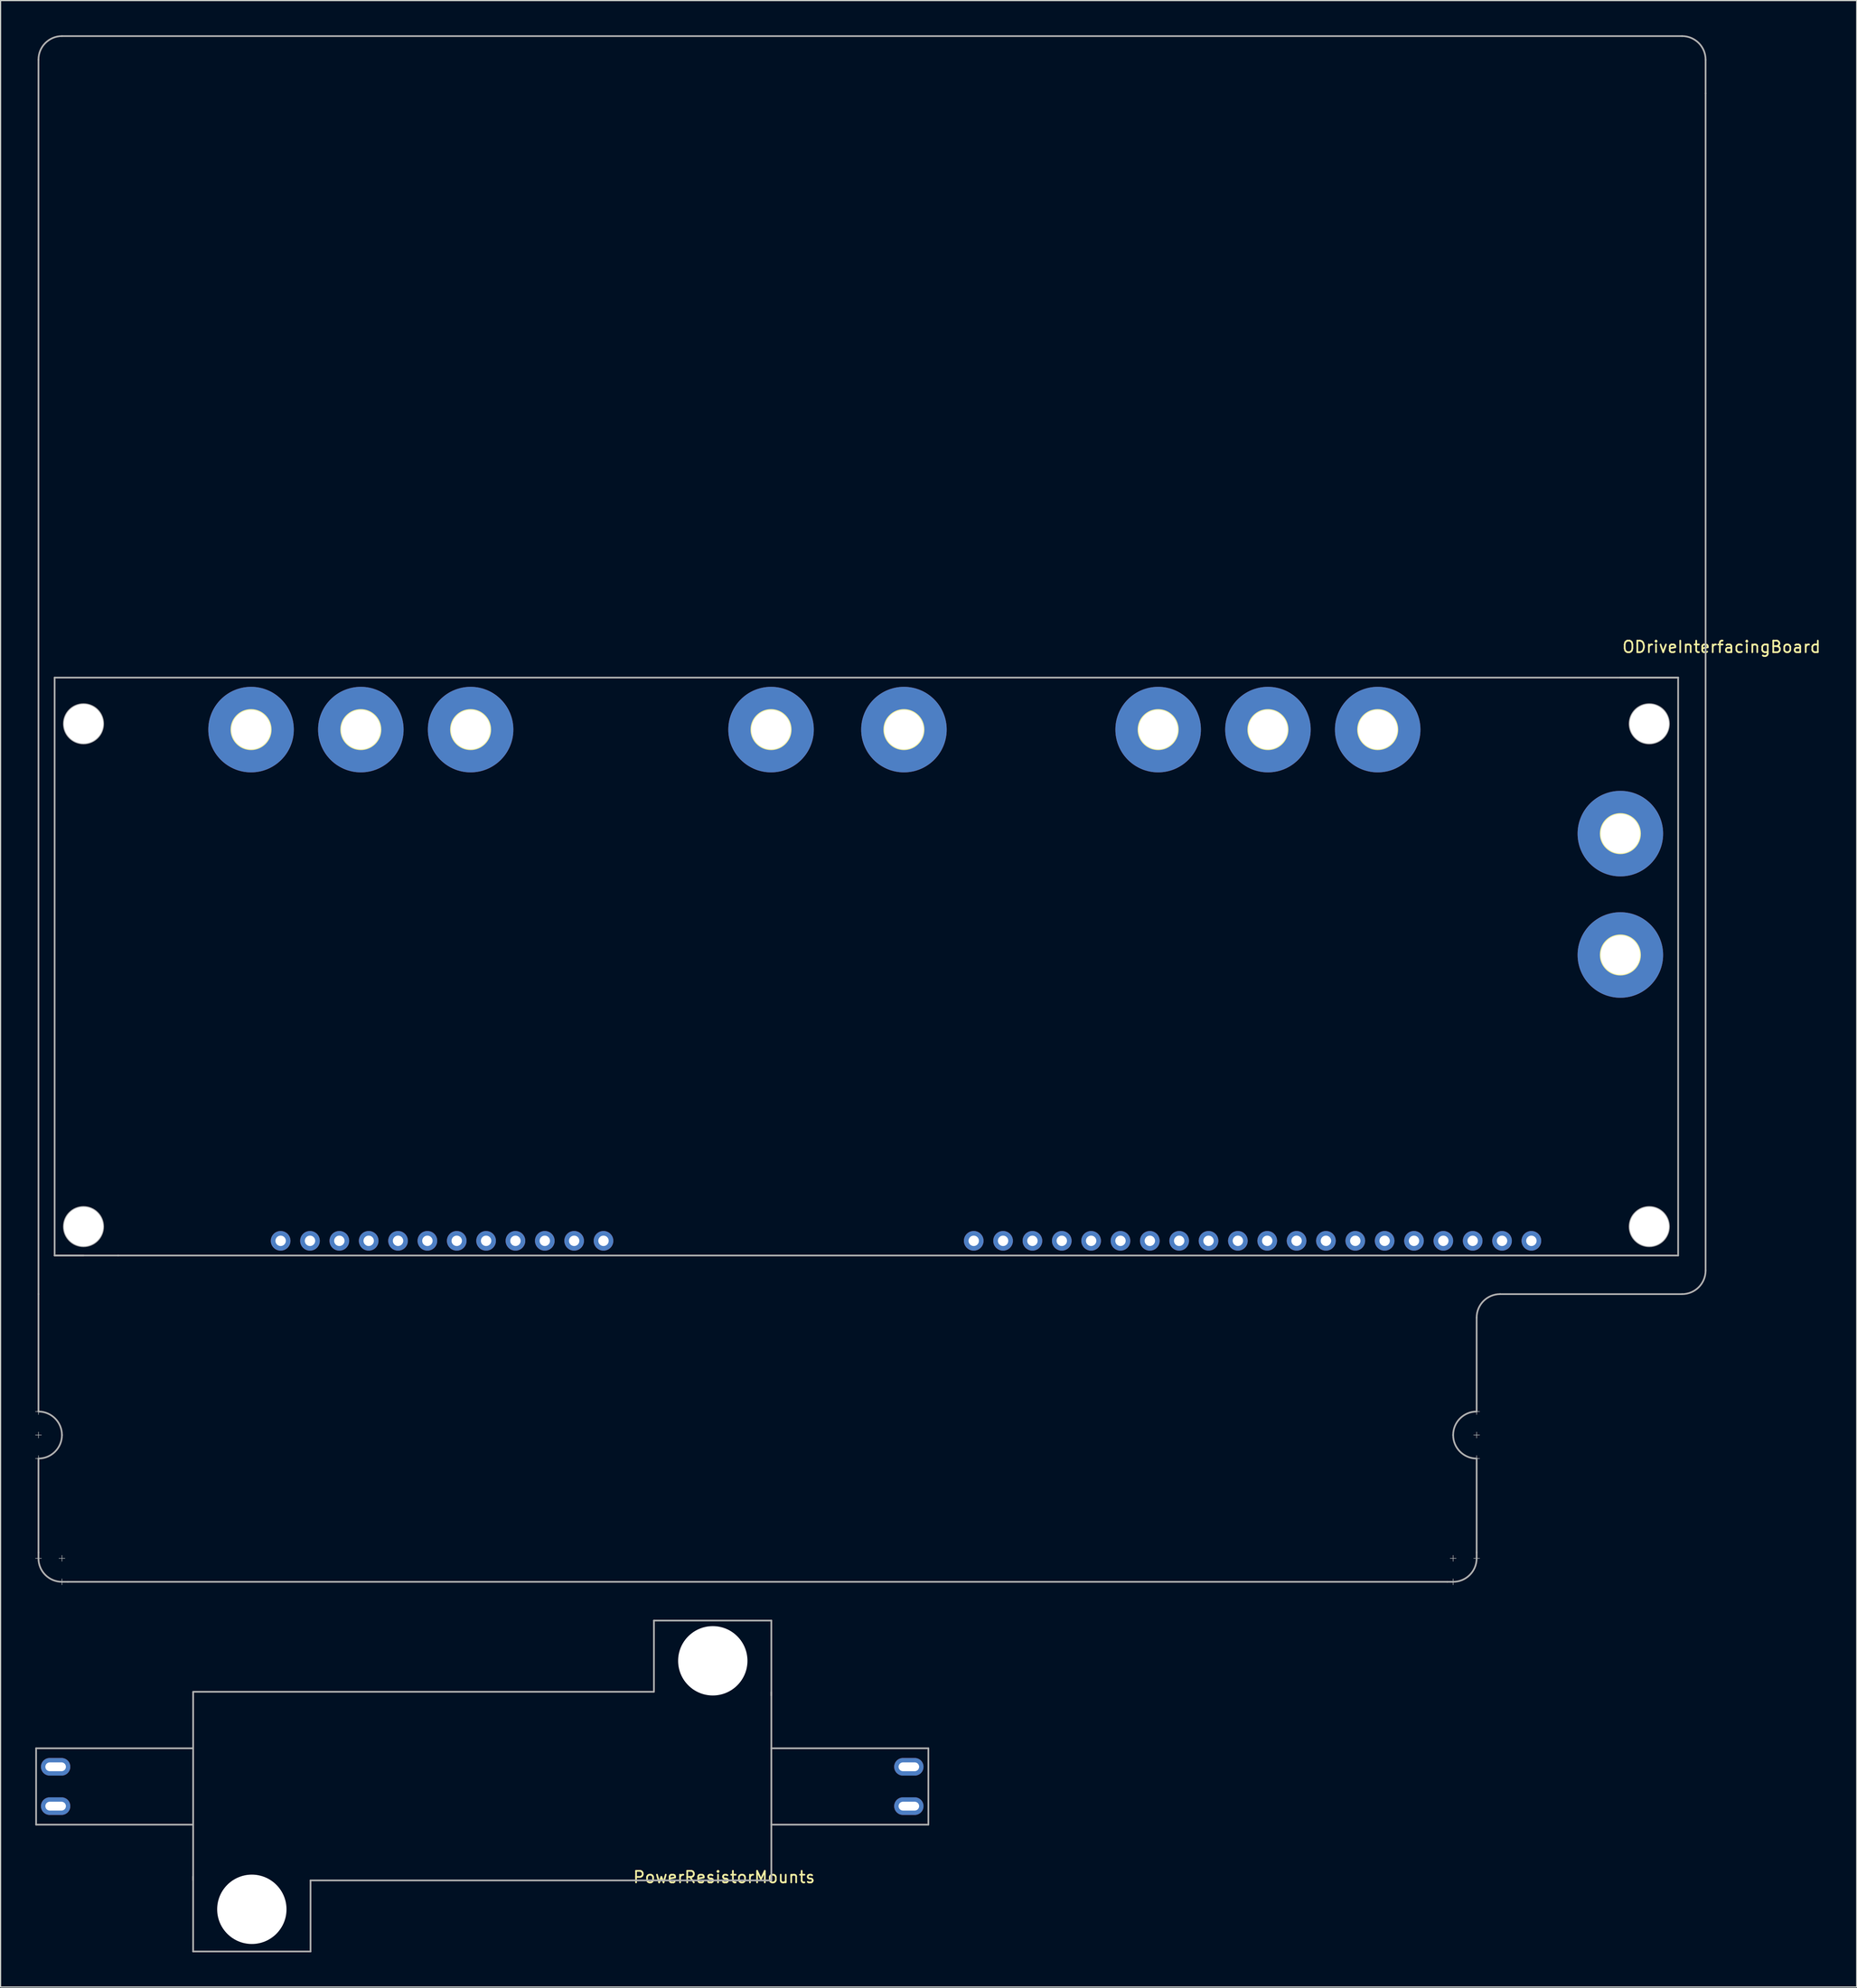
<source format=kicad_pcb>
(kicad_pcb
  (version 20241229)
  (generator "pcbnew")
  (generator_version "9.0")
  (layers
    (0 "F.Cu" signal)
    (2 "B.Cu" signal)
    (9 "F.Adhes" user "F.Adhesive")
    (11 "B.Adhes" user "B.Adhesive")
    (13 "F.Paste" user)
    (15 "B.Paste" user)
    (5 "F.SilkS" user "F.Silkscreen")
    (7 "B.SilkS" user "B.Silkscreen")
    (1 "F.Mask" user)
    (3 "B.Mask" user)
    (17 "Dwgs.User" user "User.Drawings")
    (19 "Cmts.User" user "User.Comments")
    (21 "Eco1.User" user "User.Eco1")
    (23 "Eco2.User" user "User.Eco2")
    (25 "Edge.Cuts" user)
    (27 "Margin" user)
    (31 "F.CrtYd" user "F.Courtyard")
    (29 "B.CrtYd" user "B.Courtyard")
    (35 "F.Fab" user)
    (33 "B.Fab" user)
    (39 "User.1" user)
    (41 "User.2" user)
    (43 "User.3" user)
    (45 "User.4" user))
  (footprint "ODriveInterfacingBoard"
    (layer "F.Cu")
    (at 0.28 133.806)
    (property "Reference" "ODriveInterfacingBoard" (at 145.651 -80.884 180) (layer "F.SilkS") (effects (font (size 1 1) (thickness 0.15))))
    (attr through_hole)
    (fp_circle (center 18.397 -73.733) (end 16.697 -73.733) (stroke (width 0.15) (type solid)) (fill no) (layer "F.SilkS"))
    (fp_circle (center 27.897 -73.733) (end 29.597 -73.733) (stroke (width 0.15) (type solid)) (fill no) (layer "F.SilkS"))
    (fp_circle (center 37.397 -73.733) (end 35.697 -73.733) (stroke (width 0.15) (type solid)) (fill no) (layer "F.SilkS"))
    (fp_circle (center 63.397 -73.733) (end 63.397 -72.033) (stroke (width 0.15) (type solid)) (fill no) (layer "F.SilkS"))
    (fp_circle (center 74.897 -73.733) (end 74.897 -72.033) (stroke (width 0.15) (type solid)) (fill no) (layer "F.SilkS"))
    (fp_circle (center 96.897 -73.733) (end 98.597 -73.733) (stroke (width 0.15) (type solid)) (fill no) (layer "F.SilkS"))
    (fp_circle (center 106.397 -73.733) (end 106.397 -72.033) (stroke (width 0.15) (type solid)) (fill no) (layer "F.SilkS"))
    (fp_circle (center 115.897 -73.733) (end 115.897 -72.033) (stroke (width 0.15) (type solid)) (fill no) (layer "F.SilkS"))
    (fp_circle (center 136.897 -64.733) (end 138.597 -64.733) (stroke (width 0.15) (type solid)) (fill no) (layer "F.SilkS"))
    (fp_circle (center 136.897 -54.233) (end 136.897 -55.933) (stroke (width 0.15) (type solid)) (fill no) (layer "F.SilkS"))
    (fp_line (start -0.255 -14.732) (end 0.253 -14.732) (stroke (width 0.05) (type solid)) (layer "F.Fab"))
    (fp_line (start -0.255 -12.7) (end 0.253 -12.7) (stroke (width 0.05) (type solid)) (layer "F.Fab"))
    (fp_line (start -0.255 -10.668) (end 0.253 -10.668) (stroke (width 0.05) (type solid)) (layer "F.Fab"))
    (fp_line (start -0.001 -14.986) (end -0.001 -14.478) (stroke (width 0.05) (type solid)) (layer "F.Fab"))
    (fp_line (start -0.001 -14.732) (end -0.001 -24.892) (stroke (width 0.15) (type solid)) (layer "F.Fab"))
    (fp_line (start -0.001 -12.954) (end -0.001 -12.446) (stroke (width 0.05) (type solid)) (layer "F.Fab"))
    (fp_line (start -0.001 -10.922) (end -0.001 -10.414) (stroke (width 0.05) (type solid)) (layer "F.Fab"))
    (fp_line (start -0.001 -2.54) (end -0.001 -10.668) (stroke (width 0.15) (type solid)) (layer "F.Fab"))
    (fp_line (start -0.001 -2.54) (end -0.001 -2.032) (stroke (width 0.15) (type solid)) (layer "F.Fab"))
    (fp_line (start 0 -131.699) (end 0 -24.892) (stroke (width 0.15) (type solid)) (layer "F.Fab"))
    (fp_line (start 0.253 -2.032) (end -0.255 -2.032) (stroke (width 0.05) (type solid)) (layer "F.Fab"))
    (fp_line (start 1.397 -78.233) (end 1.397 -28.233) (stroke (width 0.15) (type solid)) (layer "F.Fab"))
    (fp_line (start 1.397 -28.233) (end 3.897 -28.233) (stroke (width 0.15) (type solid)) (layer "F.Fab"))
    (fp_line (start 1.397 -28.233) (end 6.897 -28.233) (stroke (width 0.15) (type solid)) (layer "F.Fab"))
    (fp_line (start 1.777 -2.032) (end 2.285 -2.032) (stroke (width 0.05) (type solid)) (layer "F.Fab"))
    (fp_line (start 2.031 -2.286) (end 2.031 -1.778) (stroke (width 0.05) (type solid)) (layer "F.Fab"))
    (fp_line (start 2.031 -0.254) (end 2.031 0.254) (stroke (width 0.05) (type solid)) (layer "F.Fab"))
    (fp_line (start 2.031 0.00004) (end 2.539 0.00004) (stroke (width 0.15) (type solid)) (layer "F.Fab"))
    (fp_line (start 2.539 0.00004) (end 121.919 0.00004) (stroke (width 0.15) (type solid)) (layer "F.Fab"))
    (fp_line (start 121.919 0.00004) (end 122.427 0.00004) (stroke (width 0.15) (type solid)) (layer "F.Fab"))
    (fp_line (start 122.173 -2.032) (end 122.681 -2.032) (stroke (width 0.05) (type solid)) (layer "F.Fab"))
    (fp_line (start 122.427 -2.286) (end 122.427 -1.778) (stroke (width 0.05) (type solid)) (layer "F.Fab"))
    (fp_line (start 122.427 -0.254) (end 122.427 0.254) (stroke (width 0.05) (type solid)) (layer "F.Fab"))
    (fp_line (start 124.205 -14.732) (end 124.713 -14.732) (stroke (width 0.05) (type solid)) (layer "F.Fab"))
    (fp_line (start 124.205 -12.7) (end 124.713 -12.7) (stroke (width 0.05) (type solid)) (layer "F.Fab"))
    (fp_line (start 124.205 -10.668) (end 124.713 -10.668) (stroke (width 0.05) (type solid)) (layer "F.Fab"))
    (fp_line (start 124.205 -2.032) (end 124.713 -2.032) (stroke (width 0.05) (type solid)) (layer "F.Fab"))
    (fp_line (start 124.459 -14.986) (end 124.459 -14.478) (stroke (width 0.05) (type solid)) (layer "F.Fab"))
    (fp_line (start 124.459 -14.732) (end 124.459 -22.86) (stroke (width 0.15) (type solid)) (layer "F.Fab"))
    (fp_line (start 124.459 -12.954) (end 124.459 -12.446) (stroke (width 0.05) (type solid)) (layer "F.Fab"))
    (fp_line (start 124.459 -10.922) (end 124.459 -10.414) (stroke (width 0.05) (type solid)) (layer "F.Fab"))
    (fp_line (start 124.459 -10.668) (end 124.459 -2.54) (stroke (width 0.15) (type solid)) (layer "F.Fab"))
    (fp_line (start 124.459 -2.057) (end 124.459 -2.54) (stroke (width 0.15) (type solid)) (layer "F.Fab"))
    (fp_line (start 126.492 -24.892) (end 142.24 -24.892) (stroke (width 0.15) (type solid)) (layer "F.Fab"))
    (fp_line (start 141.897 -78.233) (end 1.397 -78.233) (stroke (width 0.15) (type solid)) (layer "F.Fab"))
    (fp_line (start 141.897 -78.233) (end 136.897 -78.233) (stroke (width 0.15) (type solid)) (layer "F.Fab"))
    (fp_line (start 141.897 -78.233) (end 141.897 -28.233) (stroke (width 0.15) (type solid)) (layer "F.Fab"))
    (fp_line (start 141.897 -28.233) (end 6.897 -28.233) (stroke (width 0.15) (type solid)) (layer "F.Fab"))
    (fp_line (start 142.24 -133.731) (end 2.032 -133.731) (stroke (width 0.15) (type solid)) (layer "F.Fab"))
    (fp_line (start 144.272 -128.778) (end 144.272 -131.699) (stroke (width 0.15) (type solid)) (layer "F.Fab"))
    (fp_line (start 144.272 -26.924) (end 144.272 -128.778) (stroke (width 0.15) (type solid)) (layer "F.Fab"))
    (fp_arc (start -0.00092 -14.73196) (mid 1.435921 -14.136801) (end 2.03108 -12.69996) (stroke (width 0.15) (type solid)) (layer "F.Fab"))
    (fp_arc (start 0 -131.699) (mid 0.595159 -133.135841) (end 2.032 -133.731) (stroke (width 0.15) (type solid)) (layer "F.Fab"))
    (fp_arc (start 2.03108 -12.69996) (mid 1.435921 -11.263119) (end -0.00092 -10.66796) (stroke (width 0.15) (type solid)) (layer "F.Fab"))
    (fp_arc (start 2.03108 0.00004) (mid 0.594239 -0.595119) (end -0.00092 -2.03196) (stroke (width 0.15) (type solid)) (layer "F.Fab"))
    (fp_arc (start 122.42708 -12.69996) (mid 123.022239 -14.136801) (end 124.45908 -14.73196) (stroke (width 0.15) (type solid)) (layer "F.Fab"))
    (fp_arc (start 124.45908 -10.66796) (mid 123.022239 -11.263119) (end 122.42708 -12.69996) (stroke (width 0.15) (type solid)) (layer "F.Fab"))
    (fp_arc (start 124.45908 -2.03196) (mid 123.863921 -0.595119) (end 122.42708 0.00004) (stroke (width 0.15) (type solid)) (layer "F.Fab"))
    (fp_arc (start 124.46 -22.86) (mid 125.055159 -24.296841) (end 126.492 -24.892) (stroke (width 0.15) (type solid)) (layer "F.Fab"))
    (fp_arc (start 142.24 -133.731) (mid 143.676841 -133.135841) (end 144.272 -131.699) (stroke (width 0.15) (type solid)) (layer "F.Fab"))
    (fp_arc (start 144.272 -26.924) (mid 143.676841 -25.487159) (end 142.24 -24.892) (stroke (width 0.15) (type solid)) (layer "F.Fab"))
    (fp_circle (center 3.897 -74.233) (end 2.197 -74.233) (stroke (width 0.15) (type solid)) (fill no) (layer "F.Fab"))
    (fp_circle (center 3.897 -30.733) (end 2.197 -30.733) (stroke (width 0.15) (type solid)) (fill no) (layer "F.Fab"))
    (fp_circle (center 139.397 -74.233) (end 137.697 -74.233) (stroke (width 0.15) (type solid)) (fill no) (layer "F.Fab"))
    (fp_circle (center 139.397 -30.733) (end 137.697 -30.733) (stroke (width 0.15) (type solid)) (fill no) (layer "F.Fab"))
    (pad "" np_thru_hole circle (at 3.897 -74.233) (size 3.4 3.4) (drill 3.4) (layers "*.Cu" "*.Mask"))
    (pad "" np_thru_hole circle (at 3.897 -30.733) (size 3.4 3.4) (drill 3.4) (layers "*.Cu" "*.Mask"))
    (pad "" np_thru_hole circle (at 139.397 -74.233) (size 3.4 3.4) (drill 3.4) (layers "*.Cu" "*.Mask"))
    (pad "" np_thru_hole circle (at 139.397 -30.733) (size 3.4 3.4) (drill 3.4) (layers "*.Cu" "*.Mask"))
    (pad "3V3" thru_hole circle (at 129.197 -29.503) (size 1.7 1.7) (drill 0.9) (layers "*.Cu" "*.Mask"))
    (pad "AGND" thru_hole circle (at 113.957 -29.503) (size 1.7 1.7) (drill 0.9) (layers "*.Cu" "*.Mask"))
    (pad "AUX_V+" thru_hole circle (at 63.397 -73.733 180) (size 7.4 7.4) (drill 3.4) (layers "*.Cu" "*.Mask"))
    (pad "AUX_V-" thru_hole circle (at 74.897 -73.733 180) (size 7.4 7.4) (drill 3.4) (layers "*.Cu" "*.Mask"))
    (pad "AVCC" thru_hole circle (at 116.497 -29.503) (size 1.7 1.7) (drill 0.9) (layers "*.Cu" "*.Mask"))
    (pad "CAN_H" thru_hole circle (at 124.117 -29.503) (size 1.7 1.7) (drill 0.9) (layers "*.Cu" "*.Mask"))
    (pad "CAN_L" thru_hole circle (at 121.577 -29.503) (size 1.7 1.7) (drill 0.9) (layers "*.Cu" "*.Mask"))
    (pad "E0_3V3" thru_hole circle (at 33.657 -29.503) (size 1.7 1.7) (drill 0.9) (layers "*.Cu" "*.Mask"))
    (pad "E0_5V" thru_hole circle (at 31.117 -29.503) (size 1.7 1.7) (drill 0.9) (layers "*.Cu" "*.Mask"))
    (pad "E0_A" thru_hole circle (at 28.577 -29.503) (size 1.7 1.7) (drill 0.9) (layers "*.Cu" "*.Mask"))
    (pad "E0_B" thru_hole circle (at 26.037 -29.503) (size 1.7 1.7) (drill 0.9) (layers "*.Cu" "*.Mask"))
    (pad "E0_GDN" thru_hole circle (at 20.957 -29.503) (size 1.7 1.7) (drill 0.9) (layers "*.Cu" "*.Mask"))
    (pad "E0_Z" thru_hole circle (at 23.497 -29.503) (size 1.7 1.7) (drill 0.9) (layers "*.Cu" "*.Mask"))
    (pad "E1_3V3" thru_hole circle (at 48.897 -29.503) (size 1.7 1.7) (drill 0.9) (layers "*.Cu" "*.Mask"))
    (pad "E1_5V" thru_hole circle (at 46.357 -29.503) (size 1.7 1.7) (drill 0.9) (layers "*.Cu" "*.Mask"))
    (pad "E1_A" thru_hole circle (at 43.817 -29.503) (size 1.7 1.7) (drill 0.9) (layers "*.Cu" "*.Mask"))
    (pad "E1_B" thru_hole circle (at 41.277 -29.503) (size 1.7 1.7) (drill 0.9) (layers "*.Cu" "*.Mask"))
    (pad "E1_GND" thru_hole circle (at 36.197 -29.503) (size 1.7 1.7) (drill 0.9) (layers "*.Cu" "*.Mask"))
    (pad "E1_Z" thru_hole circle (at 38.737 -29.503) (size 1.7 1.7) (drill 0.9) (layers "*.Cu" "*.Mask"))
    (pad "GND" thru_hole circle (at 136.897 -54.233 180) (size 7.4 7.4) (drill 3.4) (layers "*.Cu" "*.Mask"))
    (pad "GND0" thru_hole circle (at 126.657 -29.503) (size 1.7 1.7) (drill 0.9) (layers "*.Cu" "*.Mask"))
    (pad "GND1" thru_hole circle (at 119.037 -29.503) (size 1.7 1.7) (drill 0.9) (layers "*.Cu" "*.Mask"))
    (pad "GND2" thru_hole circle (at 83.477 -29.503) (size 1.7 1.7) (drill 0.9) (layers "*.Cu" "*.Mask"))
    (pad "GND3" thru_hole circle (at 80.937 -29.503) (size 1.7 1.7) (drill 0.9) (layers "*.Cu" "*.Mask"))
    (pad "GPIO1" thru_hole circle (at 103.797 -29.503) (size 1.7 1.7) (drill 0.9) (layers "*.Cu" "*.Mask"))
    (pad "GPIO2" thru_hole circle (at 101.257 -29.503) (size 1.7 1.7) (drill 0.9) (layers "*.Cu" "*.Mask"))
    (pad "GPIO3" thru_hole circle (at 98.717 -29.503) (size 1.7 1.7) (drill 0.9) (layers "*.Cu" "*.Mask"))
    (pad "GPIO4" thru_hole circle (at 96.177 -29.503) (size 1.7 1.7) (drill 0.9) (layers "*.Cu" "*.Mask"))
    (pad "GPIO5" thru_hole circle (at 93.637 -29.503) (size 1.7 1.7) (drill 0.9) (layers "*.Cu" "*.Mask"))
    (pad "GPIO6" thru_hole circle (at 91.097 -29.503) (size 1.7 1.7) (drill 0.9) (layers "*.Cu" "*.Mask"))
    (pad "GPIO7" thru_hole circle (at 88.557 -29.503) (size 1.7 1.7) (drill 0.9) (layers "*.Cu" "*.Mask"))
    (pad "GPIO8" thru_hole circle (at 86.017 -29.503) (size 1.7 1.7) (drill 0.9) (layers "*.Cu" "*.Mask"))
    (pad "M0_A" thru_hole circle (at 18.397 -73.733 180) (size 7.4 7.4) (drill 3.4) (layers "*.Cu" "*.Mask"))
    (pad "M0_B" thru_hole circle (at 27.897 -73.733 180) (size 7.4 7.4) (drill 3.4) (layers "*.Cu" "*.Mask"))
    (pad "M0_C" thru_hole circle (at 37.397 -73.733 180) (size 7.4 7.4) (drill 3.4) (layers "*.Cu" "*.Mask"))
    (pad "M1_A" thru_hole circle (at 96.897 -73.733 180) (size 7.4 7.4) (drill 3.4) (layers "*.Cu" "*.Mask"))
    (pad "M1_B" thru_hole circle (at 106.397 -73.733 180) (size 7.4 7.4) (drill 3.4) (layers "*.Cu" "*.Mask"))
    (pad "M1_C" thru_hole circle (at 115.897 -73.733 180) (size 7.4 7.4) (drill 3.4) (layers "*.Cu" "*.Mask"))
    (pad "MISO" thru_hole circle (at 108.877 -29.503) (size 1.7 1.7) (drill 0.9) (layers "*.Cu" "*.Mask"))
    (pad "MOSI" thru_hole circle (at 106.337 -29.503) (size 1.7 1.7) (drill 0.9) (layers "*.Cu" "*.Mask"))
    (pad "PV+" thru_hole circle (at 136.897 -64.733 180) (size 7.4 7.4) (drill 3.4) (layers "*.Cu" "*.Mask"))
    (pad "SCK" thru_hole circle (at 111.417 -29.503) (size 1.7 1.7) (drill 0.9) (layers "*.Cu" "*.Mask")))
  (footprint "PowerResistorMounts"
    (layer "F.Cu")
    (at 38.683 159.639)
    (property "Reference" "PowerResistorMounts" (at 20.93 -0.282 0) (layer "F.SilkS") (effects (font (size 1 1) (thickness 0.15))))
    (attr through_hole)
    (fp_line (start -38.608 -11.43) (end -25.019 -11.43) (stroke (width 0.15) (type solid)) (layer "F.Fab"))
    (fp_line (start -38.608 -4.826) (end -38.608 -11.43) (stroke (width 0.15) (type solid)) (layer "F.Fab"))
    (fp_line (start -25.019 -4.826) (end -38.608 -4.826) (stroke (width 0.15) (type solid)) (layer "F.Fab"))
    (fp_line (start -25.019 -0.33) (end -25.019 6.147) (stroke (width 0.15) (type solid)) (layer "F.Fab"))
    (fp_line (start -25.019 6.147) (end -14.859 6.147) (stroke (width 0.15) (type solid)) (layer "F.Fab"))
    (fp_line (start -25.018 -0.028) (end -25.018 -16.284) (stroke (width 0.15) (type solid)) (layer "F.Fab"))
    (fp_line (start -14.859 6.147) (end -14.859 0) (stroke (width 0.15) (type solid)) (layer "F.Fab"))
    (fp_line (start 14.859 -22.479) (end 14.859 -16.332) (stroke (width 0.15) (type solid)) (layer "F.Fab"))
    (fp_line (start 14.859 -16.32) (end -25.019 -16.32) (stroke (width 0.15) (type solid)) (layer "F.Fab"))
    (fp_line (start 25.019 -22.479) (end 14.859 -22.479) (stroke (width 0.15) (type solid)) (layer "F.Fab"))
    (fp_line (start 25.019 -16.002) (end 25.019 -22.479) (stroke (width 0.15) (type solid)) (layer "F.Fab"))
    (fp_line (start 25.019 -11.43) (end 38.608 -11.43) (stroke (width 0.15) (type solid)) (layer "F.Fab"))
    (fp_line (start 25.019 0) (end -14.859 0) (stroke (width 0.15) (type solid)) (layer "F.Fab"))
    (fp_line (start 25.02 -16.284) (end 25.02 -0.028) (stroke (width 0.15) (type solid)) (layer "F.Fab"))
    (fp_line (start 38.608 -11.43) (end 38.608 -4.826) (stroke (width 0.15) (type solid)) (layer "F.Fab"))
    (fp_line (start 38.608 -4.826) (end 25.019 -4.826) (stroke (width 0.15) (type solid)) (layer "F.Fab"))
    (pad "" np_thru_hole circle (at -19.939 2.5) (size 6 6) (drill 6) (layers "*.Cu" "*.Mask"))
    (pad "" np_thru_hole circle (at 19.952 -19) (size 6 6) (drill 6) (layers "*.Cu" "*.Mask"))
    (pad "1" thru_hole oval (at -36.919 -9.83) (size 2.54 1.524) (drill oval 1.778 0.762) (layers "*.Cu" "*.Mask"))
    (pad "1" thru_hole oval (at -36.919 -6.426) (size 2.54 1.524) (drill oval 1.778 0.762) (layers "*.Cu" "*.Mask"))
    (pad "2" thru_hole oval (at 36.919 -9.83) (size 2.54 1.524) (drill oval 1.778 0.762) (layers "*.Cu" "*.Mask"))
    (pad "2" thru_hole oval (at 36.919 -6.426) (size 2.54 1.524) (drill oval 1.778 0.762) (layers "*.Cu" "*.Mask")))
  (gr_rect
    (start -3 -3)
    (end 157.627 168.861)
    (stroke (width 0.1) (type default))
    (fill no)
    (layer "Edge.Cuts")))
</source>
